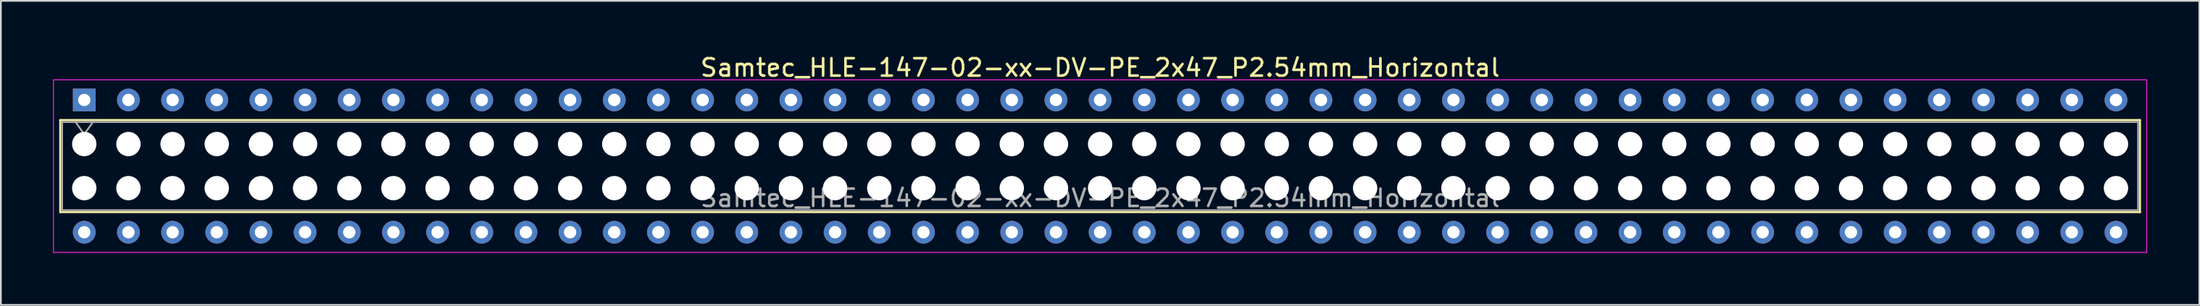
<source format=kicad_pcb>
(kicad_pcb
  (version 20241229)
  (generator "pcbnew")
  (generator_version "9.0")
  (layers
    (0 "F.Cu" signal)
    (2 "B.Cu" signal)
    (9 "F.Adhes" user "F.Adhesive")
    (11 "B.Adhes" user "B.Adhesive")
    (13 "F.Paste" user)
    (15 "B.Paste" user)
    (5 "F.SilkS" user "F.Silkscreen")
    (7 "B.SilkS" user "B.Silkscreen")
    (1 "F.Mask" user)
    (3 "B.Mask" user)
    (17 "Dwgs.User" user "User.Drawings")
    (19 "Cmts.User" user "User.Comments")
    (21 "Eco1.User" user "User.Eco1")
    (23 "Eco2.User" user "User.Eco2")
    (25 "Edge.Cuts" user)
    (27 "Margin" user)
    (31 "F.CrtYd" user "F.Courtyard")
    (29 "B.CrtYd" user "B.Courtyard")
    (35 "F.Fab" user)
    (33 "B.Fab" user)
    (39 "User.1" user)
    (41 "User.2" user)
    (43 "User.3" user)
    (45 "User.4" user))
  (footprint "Samtec_HLE-147-02-xx-DV-PE_2x47_P2.54mm_Horizontal"
    (layer "F.Cu")
    (at 1.795 2.708)
    (property "Reference" "Samtec_HLE-147-02-xx-DV-PE_2x47_P2.54mm_Horizontal" (at 58.42 -1.86 0) (layer "F.SilkS") (effects (font (size 1 1) (thickness 0.15))))
    (attr through_hole)
    (fp_line (start -1.38 1.16) (end 118.22 1.16) (stroke (width 0.12) (type solid)) (layer "F.SilkS"))
    (fp_line (start -1.38 6.46) (end -1.38 1.16) (stroke (width 0.12) (type solid)) (layer "F.SilkS"))
    (fp_line (start 118.22 1.16) (end 118.22 6.46) (stroke (width 0.12) (type solid)) (layer "F.SilkS"))
    (fp_line (start 118.22 6.46) (end -1.38 6.46) (stroke (width 0.12) (type solid)) (layer "F.SilkS"))
    (fp_line (start -1.77 -1.16) (end 118.61 -1.16) (stroke (width 0.05) (type solid)) (layer "F.CrtYd"))
    (fp_line (start -1.77 8.78) (end -1.77 -1.16) (stroke (width 0.05) (type solid)) (layer "F.CrtYd"))
    (fp_line (start 118.61 -1.16) (end 118.61 8.78) (stroke (width 0.05) (type solid)) (layer "F.CrtYd"))
    (fp_line (start 118.61 8.78) (end -1.77 8.78) (stroke (width 0.05) (type solid)) (layer "F.CrtYd"))
    (fp_line (start -1.27 1.27) (end 118.11 1.27) (stroke (width 0.1) (type solid)) (layer "F.Fab"))
    (fp_line (start -1.27 6.35) (end -1.27 1.27) (stroke (width 0.1) (type solid)) (layer "F.Fab"))
    (fp_line (start -0.5 1.27) (end 0 1.977) (stroke (width 0.1) (type solid)) (layer "F.Fab"))
    (fp_line (start 0 1.977) (end 0.5 1.27) (stroke (width 0.1) (type solid)) (layer "F.Fab"))
    (fp_line (start 118.11 1.27) (end 118.11 6.35) (stroke (width 0.1) (type solid)) (layer "F.Fab"))
    (fp_line (start 118.11 6.35) (end -1.27 6.35) (stroke (width 0.1) (type solid)) (layer "F.Fab"))
    (fp_text user "${REFERENCE}" (at 58.42 5.65 0) (layer "F.Fab") (effects (font (size 1 1) (thickness 0.15))))
    (pad "" np_thru_hole circle (at 0 2.54) (size 1.4 1.4) (drill 1.4) (layers "*.Cu" "*.Mask"))
    (pad "" np_thru_hole circle (at 0 5.08) (size 1.4 1.4) (drill 1.4) (layers "*.Cu" "*.Mask"))
    (pad "" np_thru_hole circle (at 2.54 2.54) (size 1.4 1.4) (drill 1.4) (layers "*.Cu" "*.Mask"))
    (pad "" np_thru_hole circle (at 2.54 5.08) (size 1.4 1.4) (drill 1.4) (layers "*.Cu" "*.Mask"))
    (pad "" np_thru_hole circle (at 5.08 2.54) (size 1.4 1.4) (drill 1.4) (layers "*.Cu" "*.Mask"))
    (pad "" np_thru_hole circle (at 5.08 5.08) (size 1.4 1.4) (drill 1.4) (layers "*.Cu" "*.Mask"))
    (pad "" np_thru_hole circle (at 7.62 2.54) (size 1.4 1.4) (drill 1.4) (layers "*.Cu" "*.Mask"))
    (pad "" np_thru_hole circle (at 7.62 5.08) (size 1.4 1.4) (drill 1.4) (layers "*.Cu" "*.Mask"))
    (pad "" np_thru_hole circle (at 10.16 2.54) (size 1.4 1.4) (drill 1.4) (layers "*.Cu" "*.Mask"))
    (pad "" np_thru_hole circle (at 10.16 5.08) (size 1.4 1.4) (drill 1.4) (layers "*.Cu" "*.Mask"))
    (pad "" np_thru_hole circle (at 12.7 2.54) (size 1.4 1.4) (drill 1.4) (layers "*.Cu" "*.Mask"))
    (pad "" np_thru_hole circle (at 12.7 5.08) (size 1.4 1.4) (drill 1.4) (layers "*.Cu" "*.Mask"))
    (pad "" np_thru_hole circle (at 15.24 2.54) (size 1.4 1.4) (drill 1.4) (layers "*.Cu" "*.Mask"))
    (pad "" np_thru_hole circle (at 15.24 5.08) (size 1.4 1.4) (drill 1.4) (layers "*.Cu" "*.Mask"))
    (pad "" np_thru_hole circle (at 17.78 2.54) (size 1.4 1.4) (drill 1.4) (layers "*.Cu" "*.Mask"))
    (pad "" np_thru_hole circle (at 17.78 5.08) (size 1.4 1.4) (drill 1.4) (layers "*.Cu" "*.Mask"))
    (pad "" np_thru_hole circle (at 20.32 2.54) (size 1.4 1.4) (drill 1.4) (layers "*.Cu" "*.Mask"))
    (pad "" np_thru_hole circle (at 20.32 5.08) (size 1.4 1.4) (drill 1.4) (layers "*.Cu" "*.Mask"))
    (pad "" np_thru_hole circle (at 22.86 2.54) (size 1.4 1.4) (drill 1.4) (layers "*.Cu" "*.Mask"))
    (pad "" np_thru_hole circle (at 22.86 5.08) (size 1.4 1.4) (drill 1.4) (layers "*.Cu" "*.Mask"))
    (pad "" np_thru_hole circle (at 25.4 2.54) (size 1.4 1.4) (drill 1.4) (layers "*.Cu" "*.Mask"))
    (pad "" np_thru_hole circle (at 25.4 5.08) (size 1.4 1.4) (drill 1.4) (layers "*.Cu" "*.Mask"))
    (pad "" np_thru_hole circle (at 27.94 2.54) (size 1.4 1.4) (drill 1.4) (layers "*.Cu" "*.Mask"))
    (pad "" np_thru_hole circle (at 27.94 5.08) (size 1.4 1.4) (drill 1.4) (layers "*.Cu" "*.Mask"))
    (pad "" np_thru_hole circle (at 30.48 2.54) (size 1.4 1.4) (drill 1.4) (layers "*.Cu" "*.Mask"))
    (pad "" np_thru_hole circle (at 30.48 5.08) (size 1.4 1.4) (drill 1.4) (layers "*.Cu" "*.Mask"))
    (pad "" np_thru_hole circle (at 33.02 2.54) (size 1.4 1.4) (drill 1.4) (layers "*.Cu" "*.Mask"))
    (pad "" np_thru_hole circle (at 33.02 5.08) (size 1.4 1.4) (drill 1.4) (layers "*.Cu" "*.Mask"))
    (pad "" np_thru_hole circle (at 35.56 2.54) (size 1.4 1.4) (drill 1.4) (layers "*.Cu" "*.Mask"))
    (pad "" np_thru_hole circle (at 35.56 5.08) (size 1.4 1.4) (drill 1.4) (layers "*.Cu" "*.Mask"))
    (pad "" np_thru_hole circle (at 38.1 2.54) (size 1.4 1.4) (drill 1.4) (layers "*.Cu" "*.Mask"))
    (pad "" np_thru_hole circle (at 38.1 5.08) (size 1.4 1.4) (drill 1.4) (layers "*.Cu" "*.Mask"))
    (pad "" np_thru_hole circle (at 40.64 2.54) (size 1.4 1.4) (drill 1.4) (layers "*.Cu" "*.Mask"))
    (pad "" np_thru_hole circle (at 40.64 5.08) (size 1.4 1.4) (drill 1.4) (layers "*.Cu" "*.Mask"))
    (pad "" np_thru_hole circle (at 43.18 2.54) (size 1.4 1.4) (drill 1.4) (layers "*.Cu" "*.Mask"))
    (pad "" np_thru_hole circle (at 43.18 5.08) (size 1.4 1.4) (drill 1.4) (layers "*.Cu" "*.Mask"))
    (pad "" np_thru_hole circle (at 45.72 2.54) (size 1.4 1.4) (drill 1.4) (layers "*.Cu" "*.Mask"))
    (pad "" np_thru_hole circle (at 45.72 5.08) (size 1.4 1.4) (drill 1.4) (layers "*.Cu" "*.Mask"))
    (pad "" np_thru_hole circle (at 48.26 2.54) (size 1.4 1.4) (drill 1.4) (layers "*.Cu" "*.Mask"))
    (pad "" np_thru_hole circle (at 48.26 5.08) (size 1.4 1.4) (drill 1.4) (layers "*.Cu" "*.Mask"))
    (pad "" np_thru_hole circle (at 50.8 2.54) (size 1.4 1.4) (drill 1.4) (layers "*.Cu" "*.Mask"))
    (pad "" np_thru_hole circle (at 50.8 5.08) (size 1.4 1.4) (drill 1.4) (layers "*.Cu" "*.Mask"))
    (pad "" np_thru_hole circle (at 53.34 2.54) (size 1.4 1.4) (drill 1.4) (layers "*.Cu" "*.Mask"))
    (pad "" np_thru_hole circle (at 53.34 5.08) (size 1.4 1.4) (drill 1.4) (layers "*.Cu" "*.Mask"))
    (pad "" np_thru_hole circle (at 55.88 2.54) (size 1.4 1.4) (drill 1.4) (layers "*.Cu" "*.Mask"))
    (pad "" np_thru_hole circle (at 55.88 5.08) (size 1.4 1.4) (drill 1.4) (layers "*.Cu" "*.Mask"))
    (pad "" np_thru_hole circle (at 58.42 2.54) (size 1.4 1.4) (drill 1.4) (layers "*.Cu" "*.Mask"))
    (pad "" np_thru_hole circle (at 58.42 5.08) (size 1.4 1.4) (drill 1.4) (layers "*.Cu" "*.Mask"))
    (pad "" np_thru_hole circle (at 60.96 2.54) (size 1.4 1.4) (drill 1.4) (layers "*.Cu" "*.Mask"))
    (pad "" np_thru_hole circle (at 60.96 5.08) (size 1.4 1.4) (drill 1.4) (layers "*.Cu" "*.Mask"))
    (pad "" np_thru_hole circle (at 63.5 2.54) (size 1.4 1.4) (drill 1.4) (layers "*.Cu" "*.Mask"))
    (pad "" np_thru_hole circle (at 63.5 5.08) (size 1.4 1.4) (drill 1.4) (layers "*.Cu" "*.Mask"))
    (pad "" np_thru_hole circle (at 66.04 2.54) (size 1.4 1.4) (drill 1.4) (layers "*.Cu" "*.Mask"))
    (pad "" np_thru_hole circle (at 66.04 5.08) (size 1.4 1.4) (drill 1.4) (layers "*.Cu" "*.Mask"))
    (pad "" np_thru_hole circle (at 68.58 2.54) (size 1.4 1.4) (drill 1.4) (layers "*.Cu" "*.Mask"))
    (pad "" np_thru_hole circle (at 68.58 5.08) (size 1.4 1.4) (drill 1.4) (layers "*.Cu" "*.Mask"))
    (pad "" np_thru_hole circle (at 71.12 2.54) (size 1.4 1.4) (drill 1.4) (layers "*.Cu" "*.Mask"))
    (pad "" np_thru_hole circle (at 71.12 5.08) (size 1.4 1.4) (drill 1.4) (layers "*.Cu" "*.Mask"))
    (pad "" np_thru_hole circle (at 73.66 2.54) (size 1.4 1.4) (drill 1.4) (layers "*.Cu" "*.Mask"))
    (pad "" np_thru_hole circle (at 73.66 5.08) (size 1.4 1.4) (drill 1.4) (layers "*.Cu" "*.Mask"))
    (pad "" np_thru_hole circle (at 76.2 2.54) (size 1.4 1.4) (drill 1.4) (layers "*.Cu" "*.Mask"))
    (pad "" np_thru_hole circle (at 76.2 5.08) (size 1.4 1.4) (drill 1.4) (layers "*.Cu" "*.Mask"))
    (pad "" np_thru_hole circle (at 78.74 2.54) (size 1.4 1.4) (drill 1.4) (layers "*.Cu" "*.Mask"))
    (pad "" np_thru_hole circle (at 78.74 5.08) (size 1.4 1.4) (drill 1.4) (layers "*.Cu" "*.Mask"))
    (pad "" np_thru_hole circle (at 81.28 2.54) (size 1.4 1.4) (drill 1.4) (layers "*.Cu" "*.Mask"))
    (pad "" np_thru_hole circle (at 81.28 5.08) (size 1.4 1.4) (drill 1.4) (layers "*.Cu" "*.Mask"))
    (pad "" np_thru_hole circle (at 83.82 2.54) (size 1.4 1.4) (drill 1.4) (layers "*.Cu" "*.Mask"))
    (pad "" np_thru_hole circle (at 83.82 5.08) (size 1.4 1.4) (drill 1.4) (layers "*.Cu" "*.Mask"))
    (pad "" np_thru_hole circle (at 86.36 2.54) (size 1.4 1.4) (drill 1.4) (layers "*.Cu" "*.Mask"))
    (pad "" np_thru_hole circle (at 86.36 5.08) (size 1.4 1.4) (drill 1.4) (layers "*.Cu" "*.Mask"))
    (pad "" np_thru_hole circle (at 88.9 2.54) (size 1.4 1.4) (drill 1.4) (layers "*.Cu" "*.Mask"))
    (pad "" np_thru_hole circle (at 88.9 5.08) (size 1.4 1.4) (drill 1.4) (layers "*.Cu" "*.Mask"))
    (pad "" np_thru_hole circle (at 91.44 2.54) (size 1.4 1.4) (drill 1.4) (layers "*.Cu" "*.Mask"))
    (pad "" np_thru_hole circle (at 91.44 5.08) (size 1.4 1.4) (drill 1.4) (layers "*.Cu" "*.Mask"))
    (pad "" np_thru_hole circle (at 93.98 2.54) (size 1.4 1.4) (drill 1.4) (layers "*.Cu" "*.Mask"))
    (pad "" np_thru_hole circle (at 93.98 5.08) (size 1.4 1.4) (drill 1.4) (layers "*.Cu" "*.Mask"))
    (pad "" np_thru_hole circle (at 96.52 2.54) (size 1.4 1.4) (drill 1.4) (layers "*.Cu" "*.Mask"))
    (pad "" np_thru_hole circle (at 96.52 5.08) (size 1.4 1.4) (drill 1.4) (layers "*.Cu" "*.Mask"))
    (pad "" np_thru_hole circle (at 99.06 2.54) (size 1.4 1.4) (drill 1.4) (layers "*.Cu" "*.Mask"))
    (pad "" np_thru_hole circle (at 99.06 5.08) (size 1.4 1.4) (drill 1.4) (layers "*.Cu" "*.Mask"))
    (pad "" np_thru_hole circle (at 101.6 2.54) (size 1.4 1.4) (drill 1.4) (layers "*.Cu" "*.Mask"))
    (pad "" np_thru_hole circle (at 101.6 5.08) (size 1.4 1.4) (drill 1.4) (layers "*.Cu" "*.Mask"))
    (pad "" np_thru_hole circle (at 104.14 2.54) (size 1.4 1.4) (drill 1.4) (layers "*.Cu" "*.Mask"))
    (pad "" np_thru_hole circle (at 104.14 5.08) (size 1.4 1.4) (drill 1.4) (layers "*.Cu" "*.Mask"))
    (pad "" np_thru_hole circle (at 106.68 2.54) (size 1.4 1.4) (drill 1.4) (layers "*.Cu" "*.Mask"))
    (pad "" np_thru_hole circle (at 106.68 5.08) (size 1.4 1.4) (drill 1.4) (layers "*.Cu" "*.Mask"))
    (pad "" np_thru_hole circle (at 109.22 2.54) (size 1.4 1.4) (drill 1.4) (layers "*.Cu" "*.Mask"))
    (pad "" np_thru_hole circle (at 109.22 5.08) (size 1.4 1.4) (drill 1.4) (layers "*.Cu" "*.Mask"))
    (pad "" np_thru_hole circle (at 111.76 2.54) (size 1.4 1.4) (drill 1.4) (layers "*.Cu" "*.Mask"))
    (pad "" np_thru_hole circle (at 111.76 5.08) (size 1.4 1.4) (drill 1.4) (layers "*.Cu" "*.Mask"))
    (pad "" np_thru_hole circle (at 114.3 2.54) (size 1.4 1.4) (drill 1.4) (layers "*.Cu" "*.Mask"))
    (pad "" np_thru_hole circle (at 114.3 5.08) (size 1.4 1.4) (drill 1.4) (layers "*.Cu" "*.Mask"))
    (pad "" np_thru_hole circle (at 116.84 2.54) (size 1.4 1.4) (drill 1.4) (layers "*.Cu" "*.Mask"))
    (pad "" np_thru_hole circle (at 116.84 5.08) (size 1.4 1.4) (drill 1.4) (layers "*.Cu" "*.Mask"))
    (pad "1" thru_hole rect (at 0 0) (size 1.31 1.31) (drill 0.71) (layers "*.Cu" "*.Mask"))
    (pad "2" thru_hole circle (at 0 7.62) (size 1.31 1.31) (drill 0.71) (layers "*.Cu" "*.Mask"))
    (pad "3" thru_hole circle (at 2.54 0) (size 1.31 1.31) (drill 0.71) (layers "*.Cu" "*.Mask"))
    (pad "4" thru_hole circle (at 2.54 7.62) (size 1.31 1.31) (drill 0.71) (layers "*.Cu" "*.Mask"))
    (pad "5" thru_hole circle (at 5.08 0) (size 1.31 1.31) (drill 0.71) (layers "*.Cu" "*.Mask"))
    (pad "6" thru_hole circle (at 5.08 7.62) (size 1.31 1.31) (drill 0.71) (layers "*.Cu" "*.Mask"))
    (pad "7" thru_hole circle (at 7.62 0) (size 1.31 1.31) (drill 0.71) (layers "*.Cu" "*.Mask"))
    (pad "8" thru_hole circle (at 7.62 7.62) (size 1.31 1.31) (drill 0.71) (layers "*.Cu" "*.Mask"))
    (pad "9" thru_hole circle (at 10.16 0) (size 1.31 1.31) (drill 0.71) (layers "*.Cu" "*.Mask"))
    (pad "10" thru_hole circle (at 10.16 7.62) (size 1.31 1.31) (drill 0.71) (layers "*.Cu" "*.Mask"))
    (pad "11" thru_hole circle (at 12.7 0) (size 1.31 1.31) (drill 0.71) (layers "*.Cu" "*.Mask"))
    (pad "12" thru_hole circle (at 12.7 7.62) (size 1.31 1.31) (drill 0.71) (layers "*.Cu" "*.Mask"))
    (pad "13" thru_hole circle (at 15.24 0) (size 1.31 1.31) (drill 0.71) (layers "*.Cu" "*.Mask"))
    (pad "14" thru_hole circle (at 15.24 7.62) (size 1.31 1.31) (drill 0.71) (layers "*.Cu" "*.Mask"))
    (pad "15" thru_hole circle (at 17.78 0) (size 1.31 1.31) (drill 0.71) (layers "*.Cu" "*.Mask"))
    (pad "16" thru_hole circle (at 17.78 7.62) (size 1.31 1.31) (drill 0.71) (layers "*.Cu" "*.Mask"))
    (pad "17" thru_hole circle (at 20.32 0) (size 1.31 1.31) (drill 0.71) (layers "*.Cu" "*.Mask"))
    (pad "18" thru_hole circle (at 20.32 7.62) (size 1.31 1.31) (drill 0.71) (layers "*.Cu" "*.Mask"))
    (pad "19" thru_hole circle (at 22.86 0) (size 1.31 1.31) (drill 0.71) (layers "*.Cu" "*.Mask"))
    (pad "20" thru_hole circle (at 22.86 7.62) (size 1.31 1.31) (drill 0.71) (layers "*.Cu" "*.Mask"))
    (pad "21" thru_hole circle (at 25.4 0) (size 1.31 1.31) (drill 0.71) (layers "*.Cu" "*.Mask"))
    (pad "22" thru_hole circle (at 25.4 7.62) (size 1.31 1.31) (drill 0.71) (layers "*.Cu" "*.Mask"))
    (pad "23" thru_hole circle (at 27.94 0) (size 1.31 1.31) (drill 0.71) (layers "*.Cu" "*.Mask"))
    (pad "24" thru_hole circle (at 27.94 7.62) (size 1.31 1.31) (drill 0.71) (layers "*.Cu" "*.Mask"))
    (pad "25" thru_hole circle (at 30.48 0) (size 1.31 1.31) (drill 0.71) (layers "*.Cu" "*.Mask"))
    (pad "26" thru_hole circle (at 30.48 7.62) (size 1.31 1.31) (drill 0.71) (layers "*.Cu" "*.Mask"))
    (pad "27" thru_hole circle (at 33.02 0) (size 1.31 1.31) (drill 0.71) (layers "*.Cu" "*.Mask"))
    (pad "28" thru_hole circle (at 33.02 7.62) (size 1.31 1.31) (drill 0.71) (layers "*.Cu" "*.Mask"))
    (pad "29" thru_hole circle (at 35.56 0) (size 1.31 1.31) (drill 0.71) (layers "*.Cu" "*.Mask"))
    (pad "30" thru_hole circle (at 35.56 7.62) (size 1.31 1.31) (drill 0.71) (layers "*.Cu" "*.Mask"))
    (pad "31" thru_hole circle (at 38.1 0) (size 1.31 1.31) (drill 0.71) (layers "*.Cu" "*.Mask"))
    (pad "32" thru_hole circle (at 38.1 7.62) (size 1.31 1.31) (drill 0.71) (layers "*.Cu" "*.Mask"))
    (pad "33" thru_hole circle (at 40.64 0) (size 1.31 1.31) (drill 0.71) (layers "*.Cu" "*.Mask"))
    (pad "34" thru_hole circle (at 40.64 7.62) (size 1.31 1.31) (drill 0.71) (layers "*.Cu" "*.Mask"))
    (pad "35" thru_hole circle (at 43.18 0) (size 1.31 1.31) (drill 0.71) (layers "*.Cu" "*.Mask"))
    (pad "36" thru_hole circle (at 43.18 7.62) (size 1.31 1.31) (drill 0.71) (layers "*.Cu" "*.Mask"))
    (pad "37" thru_hole circle (at 45.72 0) (size 1.31 1.31) (drill 0.71) (layers "*.Cu" "*.Mask"))
    (pad "38" thru_hole circle (at 45.72 7.62) (size 1.31 1.31) (drill 0.71) (layers "*.Cu" "*.Mask"))
    (pad "39" thru_hole circle (at 48.26 0) (size 1.31 1.31) (drill 0.71) (layers "*.Cu" "*.Mask"))
    (pad "40" thru_hole circle (at 48.26 7.62) (size 1.31 1.31) (drill 0.71) (layers "*.Cu" "*.Mask"))
    (pad "41" thru_hole circle (at 50.8 0) (size 1.31 1.31) (drill 0.71) (layers "*.Cu" "*.Mask"))
    (pad "42" thru_hole circle (at 50.8 7.62) (size 1.31 1.31) (drill 0.71) (layers "*.Cu" "*.Mask"))
    (pad "43" thru_hole circle (at 53.34 0) (size 1.31 1.31) (drill 0.71) (layers "*.Cu" "*.Mask"))
    (pad "44" thru_hole circle (at 53.34 7.62) (size 1.31 1.31) (drill 0.71) (layers "*.Cu" "*.Mask"))
    (pad "45" thru_hole circle (at 55.88 0) (size 1.31 1.31) (drill 0.71) (layers "*.Cu" "*.Mask"))
    (pad "46" thru_hole circle (at 55.88 7.62) (size 1.31 1.31) (drill 0.71) (layers "*.Cu" "*.Mask"))
    (pad "47" thru_hole circle (at 58.42 0) (size 1.31 1.31) (drill 0.71) (layers "*.Cu" "*.Mask"))
    (pad "48" thru_hole circle (at 58.42 7.62) (size 1.31 1.31) (drill 0.71) (layers "*.Cu" "*.Mask"))
    (pad "49" thru_hole circle (at 60.96 0) (size 1.31 1.31) (drill 0.71) (layers "*.Cu" "*.Mask"))
    (pad "50" thru_hole circle (at 60.96 7.62) (size 1.31 1.31) (drill 0.71) (layers "*.Cu" "*.Mask"))
    (pad "51" thru_hole circle (at 63.5 0) (size 1.31 1.31) (drill 0.71) (layers "*.Cu" "*.Mask"))
    (pad "52" thru_hole circle (at 63.5 7.62) (size 1.31 1.31) (drill 0.71) (layers "*.Cu" "*.Mask"))
    (pad "53" thru_hole circle (at 66.04 0) (size 1.31 1.31) (drill 0.71) (layers "*.Cu" "*.Mask"))
    (pad "54" thru_hole circle (at 66.04 7.62) (size 1.31 1.31) (drill 0.71) (layers "*.Cu" "*.Mask"))
    (pad "55" thru_hole circle (at 68.58 0) (size 1.31 1.31) (drill 0.71) (layers "*.Cu" "*.Mask"))
    (pad "56" thru_hole circle (at 68.58 7.62) (size 1.31 1.31) (drill 0.71) (layers "*.Cu" "*.Mask"))
    (pad "57" thru_hole circle (at 71.12 0) (size 1.31 1.31) (drill 0.71) (layers "*.Cu" "*.Mask"))
    (pad "58" thru_hole circle (at 71.12 7.62) (size 1.31 1.31) (drill 0.71) (layers "*.Cu" "*.Mask"))
    (pad "59" thru_hole circle (at 73.66 0) (size 1.31 1.31) (drill 0.71) (layers "*.Cu" "*.Mask"))
    (pad "60" thru_hole circle (at 73.66 7.62) (size 1.31 1.31) (drill 0.71) (layers "*.Cu" "*.Mask"))
    (pad "61" thru_hole circle (at 76.2 0) (size 1.31 1.31) (drill 0.71) (layers "*.Cu" "*.Mask"))
    (pad "62" thru_hole circle (at 76.2 7.62) (size 1.31 1.31) (drill 0.71) (layers "*.Cu" "*.Mask"))
    (pad "63" thru_hole circle (at 78.74 0) (size 1.31 1.31) (drill 0.71) (layers "*.Cu" "*.Mask"))
    (pad "64" thru_hole circle (at 78.74 7.62) (size 1.31 1.31) (drill 0.71) (layers "*.Cu" "*.Mask"))
    (pad "65" thru_hole circle (at 81.28 0) (size 1.31 1.31) (drill 0.71) (layers "*.Cu" "*.Mask"))
    (pad "66" thru_hole circle (at 81.28 7.62) (size 1.31 1.31) (drill 0.71) (layers "*.Cu" "*.Mask"))
    (pad "67" thru_hole circle (at 83.82 0) (size 1.31 1.31) (drill 0.71) (layers "*.Cu" "*.Mask"))
    (pad "68" thru_hole circle (at 83.82 7.62) (size 1.31 1.31) (drill 0.71) (layers "*.Cu" "*.Mask"))
    (pad "69" thru_hole circle (at 86.36 0) (size 1.31 1.31) (drill 0.71) (layers "*.Cu" "*.Mask"))
    (pad "70" thru_hole circle (at 86.36 7.62) (size 1.31 1.31) (drill 0.71) (layers "*.Cu" "*.Mask"))
    (pad "71" thru_hole circle (at 88.9 0) (size 1.31 1.31) (drill 0.71) (layers "*.Cu" "*.Mask"))
    (pad "72" thru_hole circle (at 88.9 7.62) (size 1.31 1.31) (drill 0.71) (layers "*.Cu" "*.Mask"))
    (pad "73" thru_hole circle (at 91.44 0) (size 1.31 1.31) (drill 0.71) (layers "*.Cu" "*.Mask"))
    (pad "74" thru_hole circle (at 91.44 7.62) (size 1.31 1.31) (drill 0.71) (layers "*.Cu" "*.Mask"))
    (pad "75" thru_hole circle (at 93.98 0) (size 1.31 1.31) (drill 0.71) (layers "*.Cu" "*.Mask"))
    (pad "76" thru_hole circle (at 93.98 7.62) (size 1.31 1.31) (drill 0.71) (layers "*.Cu" "*.Mask"))
    (pad "77" thru_hole circle (at 96.52 0) (size 1.31 1.31) (drill 0.71) (layers "*.Cu" "*.Mask"))
    (pad "78" thru_hole circle (at 96.52 7.62) (size 1.31 1.31) (drill 0.71) (layers "*.Cu" "*.Mask"))
    (pad "79" thru_hole circle (at 99.06 0) (size 1.31 1.31) (drill 0.71) (layers "*.Cu" "*.Mask"))
    (pad "80" thru_hole circle (at 99.06 7.62) (size 1.31 1.31) (drill 0.71) (layers "*.Cu" "*.Mask"))
    (pad "81" thru_hole circle (at 101.6 0) (size 1.31 1.31) (drill 0.71) (layers "*.Cu" "*.Mask"))
    (pad "82" thru_hole circle (at 101.6 7.62) (size 1.31 1.31) (drill 0.71) (layers "*.Cu" "*.Mask"))
    (pad "83" thru_hole circle (at 104.14 0) (size 1.31 1.31) (drill 0.71) (layers "*.Cu" "*.Mask"))
    (pad "84" thru_hole circle (at 104.14 7.62) (size 1.31 1.31) (drill 0.71) (layers "*.Cu" "*.Mask"))
    (pad "85" thru_hole circle (at 106.68 0) (size 1.31 1.31) (drill 0.71) (layers "*.Cu" "*.Mask"))
    (pad "86" thru_hole circle (at 106.68 7.62) (size 1.31 1.31) (drill 0.71) (layers "*.Cu" "*.Mask"))
    (pad "87" thru_hole circle (at 109.22 0) (size 1.31 1.31) (drill 0.71) (layers "*.Cu" "*.Mask"))
    (pad "88" thru_hole circle (at 109.22 7.62) (size 1.31 1.31) (drill 0.71) (layers "*.Cu" "*.Mask"))
    (pad "89" thru_hole circle (at 111.76 0) (size 1.31 1.31) (drill 0.71) (layers "*.Cu" "*.Mask"))
    (pad "90" thru_hole circle (at 111.76 7.62) (size 1.31 1.31) (drill 0.71) (layers "*.Cu" "*.Mask"))
    (pad "91" thru_hole circle (at 114.3 0) (size 1.31 1.31) (drill 0.71) (layers "*.Cu" "*.Mask"))
    (pad "92" thru_hole circle (at 114.3 7.62) (size 1.31 1.31) (drill 0.71) (layers "*.Cu" "*.Mask"))
    (pad "93" thru_hole circle (at 116.84 0) (size 1.31 1.31) (drill 0.71) (layers "*.Cu" "*.Mask"))
    (pad "94" thru_hole circle (at 116.84 7.62) (size 1.31 1.31) (drill 0.71) (layers "*.Cu" "*.Mask")))
  (gr_rect
    (start -3 -3)
    (end 123.43 14.513)
    (stroke (width 0.1) (type default))
    (fill no)
    (layer "Edge.Cuts")))
</source>
